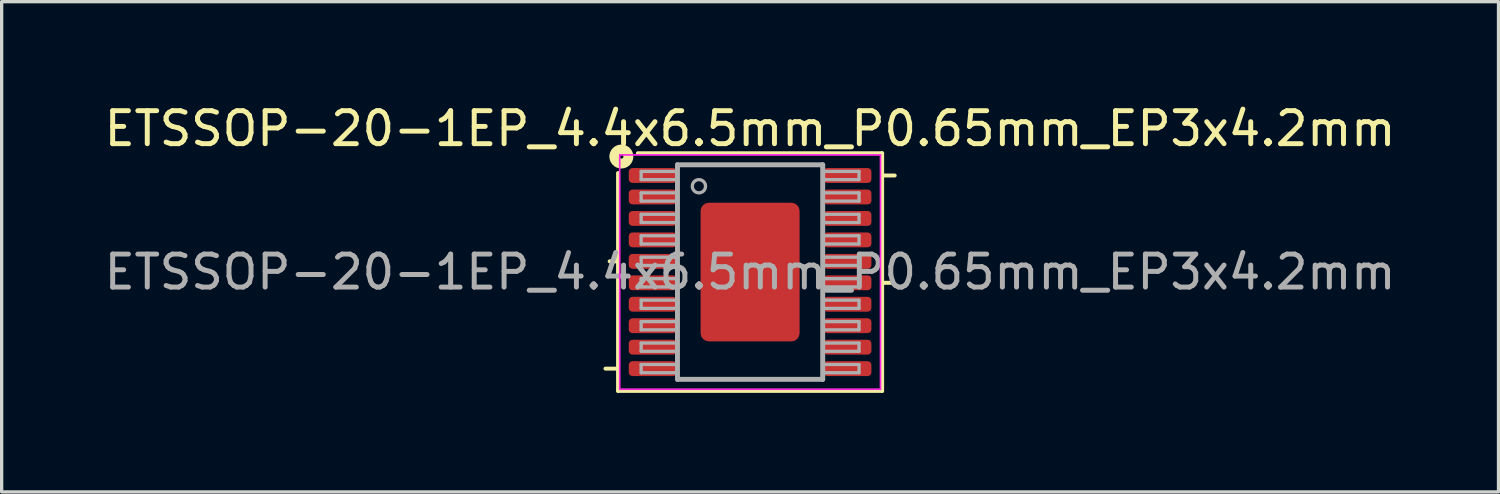
<source format=kicad_pcb>
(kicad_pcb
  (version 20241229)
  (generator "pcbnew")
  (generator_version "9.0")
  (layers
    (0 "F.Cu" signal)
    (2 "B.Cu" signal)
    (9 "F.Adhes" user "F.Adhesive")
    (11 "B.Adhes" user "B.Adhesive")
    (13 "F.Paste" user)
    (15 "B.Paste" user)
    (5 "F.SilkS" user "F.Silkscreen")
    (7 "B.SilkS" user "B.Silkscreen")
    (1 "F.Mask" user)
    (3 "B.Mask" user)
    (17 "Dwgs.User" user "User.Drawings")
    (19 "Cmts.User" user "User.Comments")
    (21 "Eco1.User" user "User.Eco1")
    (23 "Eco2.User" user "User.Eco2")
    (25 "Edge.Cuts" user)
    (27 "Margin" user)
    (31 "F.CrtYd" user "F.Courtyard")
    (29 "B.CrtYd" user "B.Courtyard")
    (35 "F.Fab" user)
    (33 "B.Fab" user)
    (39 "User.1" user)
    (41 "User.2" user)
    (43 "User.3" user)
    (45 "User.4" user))
  (footprint "ETSSOP-20-1EP_4.4x6.5mm_P0.65mm_EP3x4.2mm"
    (layer "F.Cu")
    (at 19.673 5.192)
    (property "Reference" "ETSSOP-20-1EP_4.4x6.5mm_P0.65mm_EP3x4.2mm" (at 0 -4.344 0) (layer "F.SilkS") (effects (font (size 1 1) (thickness 0.15))))
    (attr smd)
    (fp_line (start -4 -0.325) (end -4.254 -0.325) (stroke (width 0.12) (type solid)) (layer "F.SilkS"))
    (fp_line (start -4 2.925) (end -4.381 2.925) (stroke (width 0.12) (type solid)) (layer "F.SilkS"))
    (fp_line (start -4 3.6) (end -4 -3) (stroke (width 0.12) (type solid)) (layer "F.SilkS"))
    (fp_line (start -3.4 -3.6) (end 4 -3.6) (stroke (width 0.12) (type solid)) (layer "F.SilkS"))
    (fp_line (start 4 -3.6) (end 4 3.6) (stroke (width 0.12) (type solid)) (layer "F.SilkS"))
    (fp_line (start 4 -2.925) (end 4.381 -2.925) (stroke (width 0.12) (type solid)) (layer "F.SilkS"))
    (fp_line (start 4 0.325) (end 4.254 0.325) (stroke (width 0.12) (type solid)) (layer "F.SilkS"))
    (fp_line (start 4 3.6) (end -4 3.6) (stroke (width 0.12) (type solid)) (layer "F.SilkS"))
    (fp_circle (center -3.9 -3.5) (end -3.837 -3.5) (stroke (width 0.3) (type solid)) (fill no) (layer "F.SilkS"))
    (fp_line (start -3.95 -3.55) (end -3.95 3.55) (stroke (width 0.05) (type solid)) (layer "F.CrtYd"))
    (fp_line (start -3.95 -3.55) (end 3.95 -3.55) (stroke (width 0.05) (type solid)) (layer "F.CrtYd"))
    (fp_line (start -3.95 3.55) (end 3.95 3.55) (stroke (width 0.05) (type solid)) (layer "F.CrtYd"))
    (fp_line (start 3.95 -3.55) (end 3.95 3.55) (stroke (width 0.05) (type solid)) (layer "F.CrtYd"))
    (fp_line (start -3.3 -3.05) (end -3.3 -2.8) (stroke (width 0.1) (type solid)) (layer "F.Fab"))
    (fp_line (start -3.3 -3.05) (end -2.2 -3.05) (stroke (width 0.1) (type solid)) (layer "F.Fab"))
    (fp_line (start -3.3 -2.8) (end -2.2 -2.8) (stroke (width 0.1) (type solid)) (layer "F.Fab"))
    (fp_line (start -3.3 -2.4) (end -3.3 -2.15) (stroke (width 0.1) (type solid)) (layer "F.Fab"))
    (fp_line (start -3.3 -2.4) (end -2.2 -2.4) (stroke (width 0.1) (type solid)) (layer "F.Fab"))
    (fp_line (start -3.3 -2.15) (end -2.2 -2.15) (stroke (width 0.1) (type solid)) (layer "F.Fab"))
    (fp_line (start -3.3 -1.75) (end -3.3 -1.5) (stroke (width 0.1) (type solid)) (layer "F.Fab"))
    (fp_line (start -3.3 -1.75) (end -2.2 -1.75) (stroke (width 0.1) (type solid)) (layer "F.Fab"))
    (fp_line (start -3.3 -1.5) (end -2.2 -1.5) (stroke (width 0.1) (type solid)) (layer "F.Fab"))
    (fp_line (start -3.3 -1.1) (end -3.3 -0.85) (stroke (width 0.1) (type solid)) (layer "F.Fab"))
    (fp_line (start -3.3 -1.1) (end -2.2 -1.1) (stroke (width 0.1) (type solid)) (layer "F.Fab"))
    (fp_line (start -3.3 -0.85) (end -2.2 -0.85) (stroke (width 0.1) (type solid)) (layer "F.Fab"))
    (fp_line (start -3.3 -0.45) (end -3.3 -0.2) (stroke (width 0.1) (type solid)) (layer "F.Fab"))
    (fp_line (start -3.3 -0.45) (end -2.2 -0.45) (stroke (width 0.1) (type solid)) (layer "F.Fab"))
    (fp_line (start -3.3 -0.2) (end -2.2 -0.2) (stroke (width 0.1) (type solid)) (layer "F.Fab"))
    (fp_line (start -3.3 0.2) (end -3.3 0.45) (stroke (width 0.1) (type solid)) (layer "F.Fab"))
    (fp_line (start -3.3 0.2) (end -2.2 0.2) (stroke (width 0.1) (type solid)) (layer "F.Fab"))
    (fp_line (start -3.3 0.45) (end -2.2 0.45) (stroke (width 0.1) (type solid)) (layer "F.Fab"))
    (fp_line (start -3.3 0.85) (end -3.3 1.1) (stroke (width 0.1) (type solid)) (layer "F.Fab"))
    (fp_line (start -3.3 0.85) (end -2.2 0.85) (stroke (width 0.1) (type solid)) (layer "F.Fab"))
    (fp_line (start -3.3 1.1) (end -2.2 1.1) (stroke (width 0.1) (type solid)) (layer "F.Fab"))
    (fp_line (start -3.3 1.5) (end -3.3 1.75) (stroke (width 0.1) (type solid)) (layer "F.Fab"))
    (fp_line (start -3.3 1.5) (end -2.2 1.5) (stroke (width 0.1) (type solid)) (layer "F.Fab"))
    (fp_line (start -3.3 1.75) (end -2.2 1.75) (stroke (width 0.1) (type solid)) (layer "F.Fab"))
    (fp_line (start -3.3 2.15) (end -3.3 2.4) (stroke (width 0.1) (type solid)) (layer "F.Fab"))
    (fp_line (start -3.3 2.15) (end -2.2 2.15) (stroke (width 0.1) (type solid)) (layer "F.Fab"))
    (fp_line (start -3.3 2.4) (end -2.2 2.4) (stroke (width 0.1) (type solid)) (layer "F.Fab"))
    (fp_line (start -3.3 2.8) (end -3.3 3.05) (stroke (width 0.1) (type solid)) (layer "F.Fab"))
    (fp_line (start -3.3 2.8) (end -2.2 2.8) (stroke (width 0.1) (type solid)) (layer "F.Fab"))
    (fp_line (start -3.3 3.05) (end -2.2 3.05) (stroke (width 0.1) (type solid)) (layer "F.Fab"))
    (fp_line (start -2.2 -3.25) (end 2.2 -3.25) (stroke (width 0.15) (type solid)) (layer "F.Fab"))
    (fp_line (start -2.2 3.25) (end -2.2 -3.25) (stroke (width 0.15) (type solid)) (layer "F.Fab"))
    (fp_line (start 2.2 -3.25) (end 2.2 3.25) (stroke (width 0.15) (type solid)) (layer "F.Fab"))
    (fp_line (start 2.2 3.25) (end -2.2 3.25) (stroke (width 0.15) (type solid)) (layer "F.Fab"))
    (fp_line (start 3.3 -3.05) (end 2.2 -3.05) (stroke (width 0.1) (type solid)) (layer "F.Fab"))
    (fp_line (start 3.3 -2.8) (end 2.2 -2.8) (stroke (width 0.1) (type solid)) (layer "F.Fab"))
    (fp_line (start 3.3 -2.8) (end 3.3 -3.05) (stroke (width 0.1) (type solid)) (layer "F.Fab"))
    (fp_line (start 3.3 -2.4) (end 2.2 -2.4) (stroke (width 0.1) (type solid)) (layer "F.Fab"))
    (fp_line (start 3.3 -2.15) (end 2.2 -2.15) (stroke (width 0.1) (type solid)) (layer "F.Fab"))
    (fp_line (start 3.3 -2.15) (end 3.3 -2.4) (stroke (width 0.1) (type solid)) (layer "F.Fab"))
    (fp_line (start 3.3 -1.75) (end 2.2 -1.75) (stroke (width 0.1) (type solid)) (layer "F.Fab"))
    (fp_line (start 3.3 -1.5) (end 2.2 -1.5) (stroke (width 0.1) (type solid)) (layer "F.Fab"))
    (fp_line (start 3.3 -1.5) (end 3.3 -1.75) (stroke (width 0.1) (type solid)) (layer "F.Fab"))
    (fp_line (start 3.3 -1.1) (end 2.2 -1.1) (stroke (width 0.1) (type solid)) (layer "F.Fab"))
    (fp_line (start 3.3 -0.85) (end 2.2 -0.85) (stroke (width 0.1) (type solid)) (layer "F.Fab"))
    (fp_line (start 3.3 -0.85) (end 3.3 -1.1) (stroke (width 0.1) (type solid)) (layer "F.Fab"))
    (fp_line (start 3.3 -0.45) (end 2.2 -0.45) (stroke (width 0.1) (type solid)) (layer "F.Fab"))
    (fp_line (start 3.3 -0.2) (end 2.2 -0.2) (stroke (width 0.1) (type solid)) (layer "F.Fab"))
    (fp_line (start 3.3 -0.2) (end 3.3 -0.45) (stroke (width 0.1) (type solid)) (layer "F.Fab"))
    (fp_line (start 3.3 0.2) (end 2.2 0.2) (stroke (width 0.1) (type solid)) (layer "F.Fab"))
    (fp_line (start 3.3 0.45) (end 2.2 0.45) (stroke (width 0.1) (type solid)) (layer "F.Fab"))
    (fp_line (start 3.3 0.45) (end 3.3 0.2) (stroke (width 0.1) (type solid)) (layer "F.Fab"))
    (fp_line (start 3.3 0.85) (end 2.2 0.85) (stroke (width 0.1) (type solid)) (layer "F.Fab"))
    (fp_line (start 3.3 1.1) (end 2.2 1.1) (stroke (width 0.1) (type solid)) (layer "F.Fab"))
    (fp_line (start 3.3 1.1) (end 3.3 0.85) (stroke (width 0.1) (type solid)) (layer "F.Fab"))
    (fp_line (start 3.3 1.5) (end 2.2 1.5) (stroke (width 0.1) (type solid)) (layer "F.Fab"))
    (fp_line (start 3.3 1.75) (end 2.2 1.75) (stroke (width 0.1) (type solid)) (layer "F.Fab"))
    (fp_line (start 3.3 1.75) (end 3.3 1.5) (stroke (width 0.1) (type solid)) (layer "F.Fab"))
    (fp_line (start 3.3 2.15) (end 2.2 2.15) (stroke (width 0.1) (type solid)) (layer "F.Fab"))
    (fp_line (start 3.3 2.4) (end 2.2 2.4) (stroke (width 0.1) (type solid)) (layer "F.Fab"))
    (fp_line (start 3.3 2.4) (end 3.3 2.15) (stroke (width 0.1) (type solid)) (layer "F.Fab"))
    (fp_line (start 3.3 2.8) (end 2.2 2.8) (stroke (width 0.1) (type solid)) (layer "F.Fab"))
    (fp_line (start 3.3 3.05) (end 2.2 3.05) (stroke (width 0.1) (type solid)) (layer "F.Fab"))
    (fp_line (start 3.3 3.05) (end 3.3 2.8) (stroke (width 0.1) (type solid)) (layer "F.Fab"))
    (fp_circle (center -1.55 -2.6) (end -1.35 -2.6) (stroke (width 0.1) (type solid)) (fill no) (layer "F.Fab"))
    (fp_text user "${REFERENCE}" (at 0 0 0) (layer "F.Fab") (effects (font (size 1 1) (thickness 0.15))))
    (pad "" smd roundrect (at -0.75 -1.4) (size 1.2 1.14) (layers "F.Paste") (roundrect_rratio 0.219))
    (pad "" smd roundrect (at -0.75 0) (size 1.2 1.14) (layers "F.Paste") (roundrect_rratio 0.219))
    (pad "" smd roundrect (at -0.75 1.4) (size 1.2 1.14) (layers "F.Paste") (roundrect_rratio 0.219))
    (pad "" smd roundrect (at 0.75 -1.4) (size 1.2 1.14) (layers "F.Paste") (roundrect_rratio 0.219))
    (pad "" smd roundrect (at 0.75 0) (size 1.2 1.14) (layers "F.Paste") (roundrect_rratio 0.219))
    (pad "" smd roundrect (at 0.75 1.4) (size 1.2 1.14) (layers "F.Paste") (roundrect_rratio 0.219))
    (pad "1" smd roundrect (at -2.95 -2.925) (size 1.45 0.45) (layers "F.Cu" "F.Mask" "F.Paste") (roundrect_rratio 0.25))
    (pad "2" smd roundrect (at -2.95 -2.275) (size 1.45 0.45) (layers "F.Cu" "F.Mask" "F.Paste") (roundrect_rratio 0.25))
    (pad "3" smd roundrect (at -2.95 -1.625) (size 1.45 0.45) (layers "F.Cu" "F.Mask" "F.Paste") (roundrect_rratio 0.25))
    (pad "4" smd roundrect (at -2.95 -0.975) (size 1.45 0.45) (layers "F.Cu" "F.Mask" "F.Paste") (roundrect_rratio 0.25))
    (pad "5" smd roundrect (at -2.95 -0.325) (size 1.45 0.45) (layers "F.Cu" "F.Mask" "F.Paste") (roundrect_rratio 0.25))
    (pad "6" smd roundrect (at -2.95 0.325) (size 1.45 0.45) (layers "F.Cu" "F.Mask" "F.Paste") (roundrect_rratio 0.25))
    (pad "7" smd roundrect (at -2.95 0.975) (size 1.45 0.45) (layers "F.Cu" "F.Mask" "F.Paste") (roundrect_rratio 0.25))
    (pad "8" smd roundrect (at -2.95 1.625) (size 1.45 0.45) (layers "F.Cu" "F.Mask" "F.Paste") (roundrect_rratio 0.25))
    (pad "9" smd roundrect (at -2.95 2.275) (size 1.45 0.45) (layers "F.Cu" "F.Mask" "F.Paste") (roundrect_rratio 0.25))
    (pad "10" smd roundrect (at -2.95 2.925) (size 1.45 0.45) (layers "F.Cu" "F.Mask" "F.Paste") (roundrect_rratio 0.25))
    (pad "11" smd roundrect (at 2.95 2.925) (size 1.45 0.45) (layers "F.Cu" "F.Mask" "F.Paste") (roundrect_rratio 0.25))
    (pad "12" smd roundrect (at 2.95 2.275) (size 1.45 0.45) (layers "F.Cu" "F.Mask" "F.Paste") (roundrect_rratio 0.25))
    (pad "13" smd roundrect (at 2.95 1.625) (size 1.45 0.45) (layers "F.Cu" "F.Mask" "F.Paste") (roundrect_rratio 0.25))
    (pad "14" smd roundrect (at 2.95 0.975) (size 1.45 0.45) (layers "F.Cu" "F.Mask" "F.Paste") (roundrect_rratio 0.25))
    (pad "15" smd roundrect (at 2.95 0.325) (size 1.45 0.45) (layers "F.Cu" "F.Mask" "F.Paste") (roundrect_rratio 0.25))
    (pad "16" smd roundrect (at 2.95 -0.325) (size 1.45 0.45) (layers "F.Cu" "F.Mask" "F.Paste") (roundrect_rratio 0.25))
    (pad "17" smd roundrect (at 2.95 -0.975) (size 1.45 0.45) (layers "F.Cu" "F.Mask" "F.Paste") (roundrect_rratio 0.25))
    (pad "18" smd roundrect (at 2.95 -1.625) (size 1.45 0.45) (layers "F.Cu" "F.Mask" "F.Paste") (roundrect_rratio 0.25))
    (pad "19" smd roundrect (at 2.95 -2.275) (size 1.45 0.45) (layers "F.Cu" "F.Mask" "F.Paste") (roundrect_rratio 0.25))
    (pad "20" smd roundrect (at 2.95 -2.925) (size 1.45 0.45) (layers "F.Cu" "F.Mask" "F.Paste") (roundrect_rratio 0.25))
    (pad "21" smd roundrect (at 0 0) (size 3 4.2) (layers "F.Cu" "F.Mask") (roundrect_rratio 0.083)))
  (gr_rect
    (start -3 -3)
    (end 42.345 11.852)
    (stroke (width 0.1) (type default))
    (fill no)
    (layer "Edge.Cuts")))
</source>
